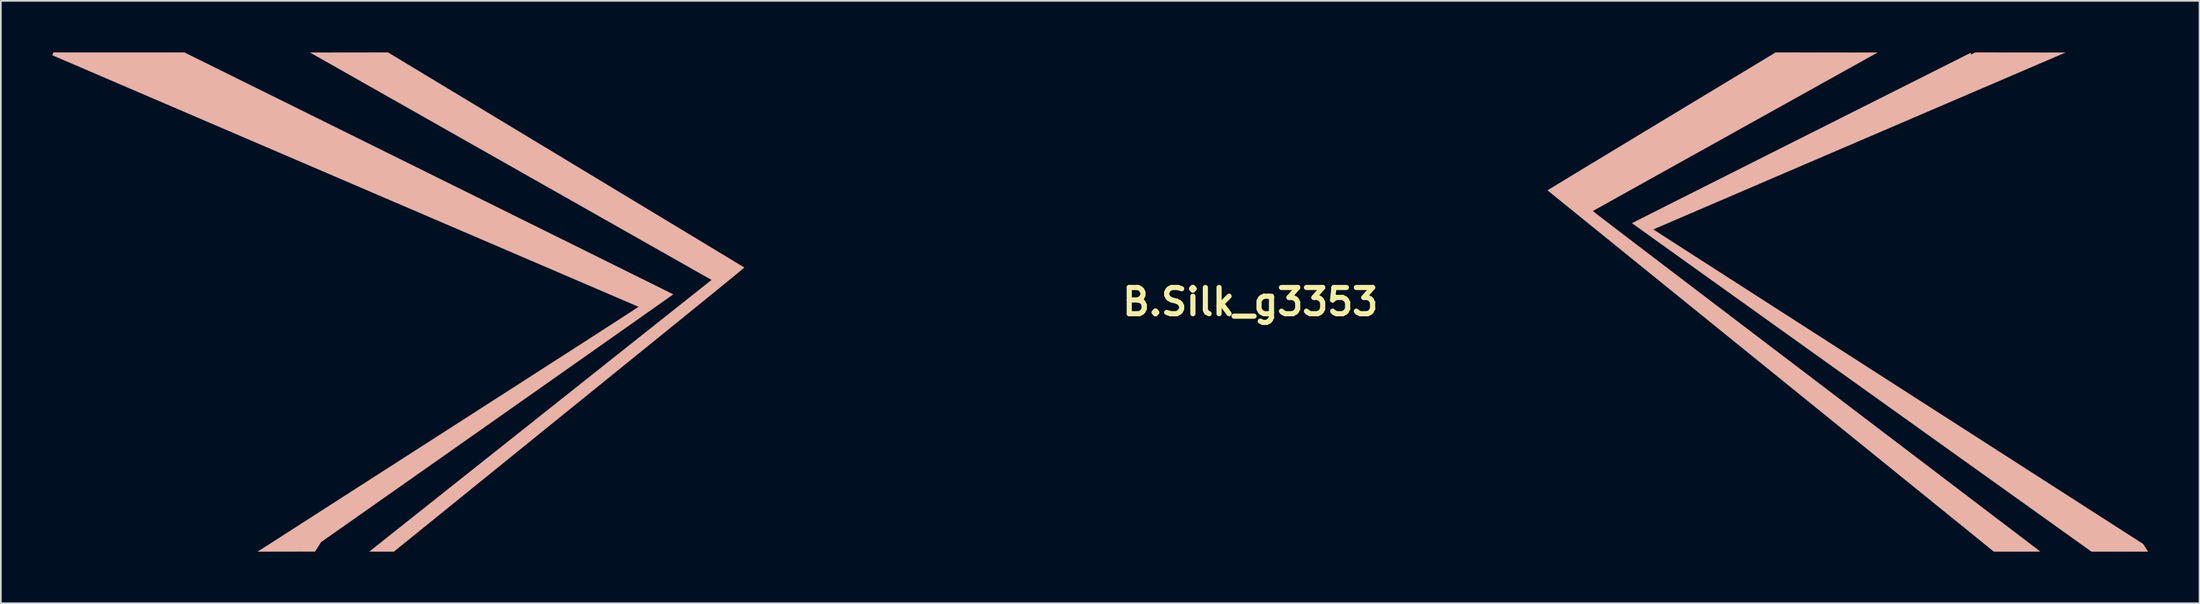
<source format=kicad_pcb>
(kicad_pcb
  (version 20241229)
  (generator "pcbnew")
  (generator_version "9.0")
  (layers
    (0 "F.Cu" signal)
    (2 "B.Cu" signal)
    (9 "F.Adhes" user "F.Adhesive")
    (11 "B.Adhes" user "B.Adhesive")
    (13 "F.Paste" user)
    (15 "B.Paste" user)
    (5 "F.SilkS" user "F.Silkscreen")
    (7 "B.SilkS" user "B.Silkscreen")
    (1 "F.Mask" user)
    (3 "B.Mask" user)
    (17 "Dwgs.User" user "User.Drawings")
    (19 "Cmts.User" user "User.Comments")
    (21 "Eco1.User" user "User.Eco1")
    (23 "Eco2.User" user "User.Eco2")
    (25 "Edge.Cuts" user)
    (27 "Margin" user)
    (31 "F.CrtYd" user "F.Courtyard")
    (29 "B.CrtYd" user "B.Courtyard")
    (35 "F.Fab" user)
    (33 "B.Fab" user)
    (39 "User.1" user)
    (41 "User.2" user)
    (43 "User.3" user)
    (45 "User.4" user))
  (footprint "B.Silk_g3353"
    (layer "F.Cu")
    (at 69.66 14.521)
    (property "Reference" "B.Silk_g3353" (at 0 0 0) (layer "F.SilkS") (effects (font (size 1.524 1.524) (thickness 0.3))))
    (attr through_hole)
    (fp_poly (pts (xy -39.803 -8.266) (xy -39.329 -7.979) (xy -38.861 -7.696) (xy -38.398 -7.417) (xy -37.941 -7.141) (xy -37.491 -6.869) (xy -37.048 -6.601) (xy -36.613 -6.338) (xy -36.186 -6.08) (xy -35.767 -5.827) (xy -35.358 -5.58) (xy -34.958 -5.338) (xy -34.568 -5.103) (xy -34.188 -4.873) (xy -33.82 -4.65) (xy -33.463 -4.435) (xy -33.117 -4.226) (xy -32.784 -4.025) (xy -32.464 -3.831) (xy -32.157 -3.646) (xy -31.864 -3.469) (xy -31.585 -3.3) (xy -31.321 -3.141) (xy -31.073 -2.99) (xy -30.839 -2.849) (xy -30.622 -2.718) (xy -30.422 -2.597) (xy -30.238 -2.486) (xy -30.073 -2.386) (xy -29.925 -2.296) (xy -29.796 -2.218) (xy -29.685 -2.152) (xy -29.594 -2.097) (xy -29.524 -2.054) (xy -29.473 -2.023) (xy -29.443 -2.005) (xy -29.435 -2) (xy -29.435 -1.998) (xy -29.439 -1.993) (xy -29.447 -1.985) (xy -29.459 -1.973) (xy -29.476 -1.958) (xy -29.498 -1.939) (xy -29.524 -1.916) (xy -29.557 -1.889) (xy -29.595 -1.856) (xy -29.64 -1.819) (xy -29.691 -1.776) (xy -29.749 -1.728) (xy -29.814 -1.674) (xy -29.887 -1.614) (xy -29.968 -1.547) (xy -30.058 -1.474) (xy -30.156 -1.393) (xy -30.263 -1.306) (xy -30.379 -1.211) (xy -30.505 -1.108) (xy -30.641 -0.997) (xy -30.788 -0.877) (xy -30.945 -0.749) (xy -31.113 -0.612) (xy -31.293 -0.466) (xy -31.484 -0.311) (xy -31.687 -0.145) (xy -31.903 0.03) (xy -32.132 0.215) (xy -32.374 0.412) (xy -32.629 0.619) (xy -32.897 0.837) (xy -33.18 1.067) (xy -33.478 1.308) (xy -33.79 1.561) (xy -34.118 1.827) (xy -34.46 2.105) (xy -34.819 2.395) (xy -35.194 2.699) (xy -35.585 3.017) (xy -35.994 3.347) (xy -36.419 3.692) (xy -36.862 4.051) (xy -37.323 4.425) (xy -37.802 4.813) (xy -38.299 5.216) (xy -38.816 5.635) (xy -39.352 6.069) (xy -39.611 6.278) (xy -49.809 14.541) (xy -50.515 14.541) (xy -50.646 14.541) (xy -50.769 14.541) (xy -50.881 14.54) (xy -50.981 14.539) (xy -51.066 14.538) (xy -51.134 14.536) (xy -51.183 14.535) (xy -51.21 14.533) (xy -51.215 14.532) (xy -51.204 14.524) (xy -51.175 14.5) (xy -51.126 14.461) (xy -51.059 14.407) (xy -50.973 14.339) (xy -50.87 14.257) (xy -50.749 14.161) (xy -50.612 14.052) (xy -50.458 13.929) (xy -50.288 13.794) (xy -50.102 13.646) (xy -49.901 13.486) (xy -49.685 13.314) (xy -49.454 13.131) (xy -49.21 12.937) (xy -48.952 12.732) (xy -48.681 12.516) (xy -48.397 12.29) (xy -48.101 12.055) (xy -47.793 11.81) (xy -47.474 11.556) (xy -47.143 11.294) (xy -46.802 11.023) (xy -46.451 10.743) (xy -46.09 10.456) (xy -45.719 10.162) (xy -45.34 9.861) (xy -44.952 9.552) (xy -44.556 9.238) (xy -44.153 8.917) (xy -43.742 8.591) (xy -43.324 8.259) (xy -42.9 7.922) (xy -42.47 7.58) (xy -42.034 7.234) (xy -41.594 6.884) (xy -41.266 6.623) (xy -31.323 -1.276) (xy -31.851 -1.575) (xy -31.886 -1.595) (xy -31.942 -1.627) (xy -32.019 -1.671) (xy -32.117 -1.726) (xy -32.235 -1.793) (xy -32.373 -1.871) (xy -32.53 -1.96) (xy -32.705 -2.06) (xy -32.899 -2.169) (xy -33.11 -2.289) (xy -33.339 -2.419) (xy -33.584 -2.558) (xy -33.845 -2.706) (xy -34.122 -2.863) (xy -34.414 -3.028) (xy -34.72 -3.202) (xy -35.041 -3.384) (xy -35.376 -3.573) (xy -35.723 -3.771) (xy -36.084 -3.975) (xy -36.456 -4.186) (xy -36.841 -4.404) (xy -37.236 -4.628) (xy -37.642 -4.858) (xy -38.058 -5.094) (xy -38.484 -5.336) (xy -38.92 -5.583) (xy -39.364 -5.834) (xy -39.816 -6.091) (xy -40.276 -6.351) (xy -40.743 -6.616) (xy -41.217 -6.885) (xy -41.697 -7.157) (xy -42.183 -7.432) (xy -42.674 -7.711) (xy -43.17 -7.992) (xy -43.523 -8.192) (xy -54.666 -14.51) (xy -52.407 -14.513) (xy -50.148 -14.516) (xy -39.803 -8.266)) (stroke (width 0.01) (type solid)) (fill yes) (layer "B.SilkS"))
    (fp_poly (pts (xy 44.777 -14.513) (xy 47.389 -14.51) (xy 35.41 -9.366) (xy 34.882 -9.139) (xy 34.359 -8.915) (xy 33.843 -8.693) (xy 33.333 -8.474) (xy 32.83 -8.258) (xy 32.335 -8.046) (xy 31.848 -7.836) (xy 31.37 -7.631) (xy 30.901 -7.429) (xy 30.441 -7.232) (xy 29.992 -7.039) (xy 29.553 -6.85) (xy 29.125 -6.666) (xy 28.708 -6.487) (xy 28.304 -6.313) (xy 27.912 -6.145) (xy 27.533 -5.982) (xy 27.167 -5.825) (xy 26.816 -5.673) (xy 26.479 -5.528) (xy 26.157 -5.39) (xy 25.85 -5.258) (xy 25.559 -5.133) (xy 25.285 -5.015) (xy 25.027 -4.904) (xy 24.787 -4.8) (xy 24.565 -4.705) (xy 24.361 -4.617) (xy 24.176 -4.537) (xy 24.01 -4.465) (xy 23.864 -4.402) (xy 23.739 -4.348) (xy 23.634 -4.303) (xy 23.55 -4.267) (xy 23.488 -4.24) (xy 23.449 -4.222) (xy 23.432 -4.215) (xy 23.432 -4.215) (xy 23.442 -4.207) (xy 23.474 -4.187) (xy 23.526 -4.153) (xy 23.598 -4.106) (xy 23.691 -4.047) (xy 23.802 -3.975) (xy 23.933 -3.89) (xy 24.082 -3.794) (xy 24.249 -3.686) (xy 24.435 -3.567) (xy 24.638 -3.436) (xy 24.857 -3.295) (xy 25.094 -3.143) (xy 25.347 -2.98) (xy 25.615 -2.807) (xy 25.899 -2.624) (xy 26.199 -2.432) (xy 26.513 -2.23) (xy 26.841 -2.019) (xy 27.183 -1.798) (xy 27.539 -1.57) (xy 27.908 -1.332) (xy 28.29 -1.087) (xy 28.684 -0.834) (xy 29.089 -0.573) (xy 29.507 -0.304) (xy 29.936 -0.028) (xy 30.375 0.254) (xy 30.825 0.543) (xy 31.285 0.839) (xy 31.755 1.141) (xy 32.234 1.449) (xy 32.721 1.762) (xy 33.217 2.081) (xy 33.721 2.405) (xy 34.233 2.734) (xy 34.752 3.067) (xy 35.278 3.405) (xy 35.81 3.748) (xy 36.349 4.094) (xy 36.893 4.443) (xy 37.443 4.796) (xy 37.679 4.948) (xy 51.927 14.103) (xy 52.033 14.274) (xy 52.072 14.337) (xy 52.109 14.396) (xy 52.14 14.446) (xy 52.163 14.482) (xy 52.169 14.493) (xy 52.198 14.541) (xy 48.924 14.541) (xy 35.565 4.987) (xy 35.04 4.611) (xy 34.52 4.239) (xy 34.005 3.871) (xy 33.496 3.506) (xy 32.993 3.147) (xy 32.496 2.791) (xy 32.007 2.441) (xy 31.525 2.096) (xy 31.05 1.756) (xy 30.583 1.423) (xy 30.125 1.095) (xy 29.676 0.773) (xy 29.236 0.458) (xy 28.806 0.15) (xy 28.385 -0.151) (xy 27.975 -0.444) (xy 27.576 -0.73) (xy 27.187 -1.008) (xy 26.811 -1.278) (xy 26.446 -1.539) (xy 26.093 -1.792) (xy 25.753 -2.035) (xy 25.426 -2.269) (xy 25.113 -2.494) (xy 24.814 -2.708) (xy 24.528 -2.913) (xy 24.257 -3.107) (xy 24.002 -3.29) (xy 23.761 -3.462) (xy 23.536 -3.623) (xy 23.328 -3.773) (xy 23.136 -3.911) (xy 22.961 -4.036) (xy 22.803 -4.15) (xy 22.663 -4.251) (xy 22.541 -4.338) (xy 22.437 -4.413) (xy 22.352 -4.474) (xy 22.286 -4.521) (xy 22.24 -4.555) (xy 22.214 -4.574) (xy 22.208 -4.579) (xy 22.219 -4.585) (xy 22.253 -4.603) (xy 22.309 -4.631) (xy 22.387 -4.671) (xy 22.486 -4.721) (xy 22.607 -4.782) (xy 22.748 -4.854) (xy 22.91 -4.936) (xy 23.093 -5.028) (xy 23.296 -5.131) (xy 23.518 -5.243) (xy 23.76 -5.365) (xy 24.021 -5.497) (xy 24.301 -5.638) (xy 24.6 -5.789) (xy 24.917 -5.949) (xy 25.253 -6.117) (xy 25.606 -6.295) (xy 25.976 -6.482) (xy 26.364 -6.677) (xy 26.768 -6.881) (xy 27.19 -7.093) (xy 27.627 -7.313) (xy 28.081 -7.542) (xy 28.55 -7.778) (xy 29.035 -8.022) (xy 29.535 -8.274) (xy 30.05 -8.533) (xy 30.579 -8.799) (xy 31.123 -9.073) (xy 31.681 -9.354) (xy 32.252 -9.641) (xy 32.837 -9.936) (xy 33.436 -10.236) (xy 34.047 -10.544) (xy 34.67 -10.858) (xy 35.306 -11.177) (xy 35.954 -11.503) (xy 36.613 -11.835) (xy 37.284 -12.172) (xy 37.966 -12.515) (xy 38.659 -12.864) (xy 39.363 -13.218) (xy 40.077 -13.577) (xy 40.141 -13.609) (xy 41.897 -14.492) (xy 41.905 -14.44) (xy 41.912 -14.409) (xy 41.918 -14.391) (xy 41.92 -14.389) (xy 41.933 -14.395) (xy 41.964 -14.41) (xy 42.007 -14.432) (xy 42.046 -14.453) (xy 42.165 -14.516) (xy 44.777 -14.513)) (stroke (width 0.01) (type solid)) (fill yes) (layer "B.SilkS"))
    (fp_poly (pts (xy 33.509 -14.513) (xy 36.463 -14.51) (xy 28.2 -9.907) (xy 27.773 -9.669) (xy 27.351 -9.434) (xy 26.935 -9.202) (xy 26.525 -8.973) (xy 26.122 -8.749) (xy 25.727 -8.529) (xy 25.341 -8.314) (xy 24.962 -8.103) (xy 24.594 -7.897) (xy 24.235 -7.697) (xy 23.886 -7.503) (xy 23.548 -7.315) (xy 23.222 -7.133) (xy 22.907 -6.957) (xy 22.605 -6.789) (xy 22.316 -6.628) (xy 22.041 -6.475) (xy 21.78 -6.329) (xy 21.534 -6.192) (xy 21.303 -6.063) (xy 21.088 -5.943) (xy 20.889 -5.832) (xy 20.707 -5.73) (xy 20.542 -5.639) (xy 20.395 -5.557) (xy 20.267 -5.485) (xy 20.158 -5.424) (xy 20.069 -5.374) (xy 20 -5.336) (xy 19.951 -5.309) (xy 19.924 -5.293) (xy 19.918 -5.29) (xy 19.92 -5.287) (xy 19.928 -5.28) (xy 19.941 -5.268) (xy 19.961 -5.251) (xy 19.988 -5.229) (xy 20.022 -5.203) (xy 20.063 -5.17) (xy 20.112 -5.132) (xy 20.169 -5.088) (xy 20.234 -5.037) (xy 20.307 -4.981) (xy 20.389 -4.917) (xy 20.48 -4.847) (xy 20.58 -4.77) (xy 20.69 -4.685) (xy 20.81 -4.593) (xy 20.941 -4.493) (xy 21.081 -4.385) (xy 21.233 -4.269) (xy 21.396 -4.145) (xy 21.57 -4.012) (xy 21.756 -3.87) (xy 21.953 -3.719) (xy 22.163 -3.558) (xy 22.386 -3.388) (xy 22.622 -3.209) (xy 22.87 -3.019) (xy 23.132 -2.819) (xy 23.408 -2.609) (xy 23.698 -2.388) (xy 24.002 -2.156) (xy 24.321 -1.913) (xy 24.655 -1.658) (xy 25.004 -1.393) (xy 25.369 -1.115) (xy 25.749 -0.825) (xy 26.146 -0.523) (xy 26.559 -0.209) (xy 26.988 0.118) (xy 27.435 0.458) (xy 27.899 0.811) (xy 28.38 1.178) (xy 28.879 1.558) (xy 29.397 1.951) (xy 29.933 2.359) (xy 30.488 2.781) (xy 31.061 3.218) (xy 31.654 3.669) (xy 32.267 4.135) (xy 32.9 4.617) (xy 32.9 4.617) (xy 33.413 5.007) (xy 33.921 5.394) (xy 34.423 5.776) (xy 34.92 6.154) (xy 35.411 6.528) (xy 35.896 6.896) (xy 36.373 7.26) (xy 36.844 7.618) (xy 37.308 7.971) (xy 37.763 8.317) (xy 38.21 8.657) (xy 38.649 8.991) (xy 39.078 9.318) (xy 39.498 9.637) (xy 39.909 9.95) (xy 40.309 10.254) (xy 40.699 10.551) (xy 41.078 10.839) (xy 41.445 11.119) (xy 41.801 11.39) (xy 42.145 11.651) (xy 42.477 11.904) (xy 42.796 12.146) (xy 43.101 12.379) (xy 43.393 12.601) (xy 43.671 12.813) (xy 43.935 13.013) (xy 44.185 13.203) (xy 44.419 13.381) (xy 44.637 13.548) (xy 44.84 13.702) (xy 45.027 13.844) (xy 45.197 13.974) (xy 45.35 14.09) (xy 45.486 14.194) (xy 45.605 14.284) (xy 45.705 14.36) (xy 45.787 14.422) (xy 45.849 14.47) (xy 45.893 14.503) (xy 45.917 14.521) (xy 45.922 14.525) (xy 45.921 14.528) (xy 45.908 14.53) (xy 45.884 14.532) (xy 45.846 14.534) (xy 45.795 14.535) (xy 45.727 14.537) (xy 45.643 14.538) (xy 45.542 14.539) (xy 45.421 14.54) (xy 45.28 14.54) (xy 45.118 14.541) (xy 44.934 14.541) (xy 44.726 14.541) (xy 44.595 14.541) (xy 43.248 14.541) (xy 30.276 4.031) (xy 29.77 3.621) (xy 29.269 3.215) (xy 28.773 2.813) (xy 28.282 2.416) (xy 27.798 2.023) (xy 27.319 1.635) (xy 26.847 1.253) (xy 26.382 0.876) (xy 25.924 0.505) (xy 25.474 0.141) (xy 25.032 -0.218) (xy 24.598 -0.569) (xy 24.173 -0.913) (xy 23.758 -1.25) (xy 23.351 -1.58) (xy 22.955 -1.901) (xy 22.568 -2.214) (xy 22.192 -2.519) (xy 21.828 -2.814) (xy 21.474 -3.101) (xy 21.132 -3.378) (xy 20.802 -3.645) (xy 20.485 -3.902) (xy 20.18 -4.149) (xy 19.889 -4.385) (xy 19.611 -4.611) (xy 19.347 -4.825) (xy 19.097 -5.027) (xy 18.861 -5.218) (xy 18.641 -5.397) (xy 18.436 -5.563) (xy 18.246 -5.717) (xy 18.175 -5.774) (xy 19.029 -5.774) (xy 19.031 -5.767) (xy 19.037 -5.766) (xy 19.048 -5.77) (xy 19.046 -5.774) (xy 19.031 -5.776) (xy 19.029 -5.774) (xy 18.175 -5.774) (xy 18.073 -5.857) (xy 17.916 -5.984) (xy 17.775 -6.098) (xy 17.652 -6.198) (xy 17.547 -6.283) (xy 17.459 -6.355) (xy 17.39 -6.411) (xy 17.339 -6.452) (xy 17.307 -6.478) (xy 17.294 -6.488) (xy 17.294 -6.489) (xy 17.304 -6.496) (xy 17.335 -6.515) (xy 17.387 -6.548) (xy 17.459 -6.592) (xy 17.551 -6.648) (xy 17.661 -6.715) (xy 17.789 -6.794) (xy 17.935 -6.883) (xy 18.098 -6.982) (xy 18.277 -7.091) (xy 18.473 -7.21) (xy 18.683 -7.337) (xy 18.909 -7.474) (xy 19.148 -7.619) (xy 19.401 -7.773) (xy 19.667 -7.934) (xy 19.945 -8.103) (xy 20.235 -8.278) (xy 20.536 -8.461) (xy 20.847 -8.649) (xy 21.169 -8.844) (xy 21.5 -9.044) (xy 21.84 -9.25) (xy 22.188 -9.46) (xy 22.544 -9.676) (xy 22.906 -9.895) (xy 23.275 -10.118) (xy 23.65 -10.345) (xy 23.919 -10.507) (xy 30.554 -14.516) (xy 33.509 -14.513)) (stroke (width 0.01) (type solid)) (fill yes) (layer "B.SilkS"))
    (fp_poly (pts (xy -47.781 -7.481) (xy -47.213 -7.199) (xy -46.65 -6.921) (xy -46.093 -6.645) (xy -45.542 -6.372) (xy -44.998 -6.103) (xy -44.461 -5.837) (xy -43.932 -5.575) (xy -43.411 -5.317) (xy -42.899 -5.063) (xy -42.395 -4.813) (xy -41.901 -4.568) (xy -41.416 -4.328) (xy -40.942 -4.093) (xy -40.479 -3.864) (xy -40.026 -3.639) (xy -39.585 -3.421) (xy -39.156 -3.208) (xy -38.74 -3.002) (xy -38.336 -2.802) (xy -37.945 -2.608) (xy -37.568 -2.421) (xy -37.206 -2.241) (xy -36.858 -2.069) (xy -36.524 -1.904) (xy -36.207 -1.746) (xy -35.905 -1.596) (xy -35.619 -1.454) (xy -35.35 -1.321) (xy -35.098 -1.196) (xy -34.864 -1.08) (xy -34.647 -0.972) (xy -34.45 -0.874) (xy -34.271 -0.785) (xy -34.111 -0.705) (xy -33.971 -0.636) (xy -33.851 -0.576) (xy -33.752 -0.527) (xy -33.674 -0.488) (xy -33.617 -0.459) (xy -33.582 -0.441) (xy -33.569 -0.435) (xy -33.569 -0.435) (xy -33.579 -0.427) (xy -33.61 -0.405) (xy -33.66 -0.369) (xy -33.73 -0.319) (xy -33.819 -0.256) (xy -33.926 -0.18) (xy -34.052 -0.091) (xy -34.195 0.01) (xy -34.355 0.124) (xy -34.533 0.249) (xy -34.726 0.386) (xy -34.936 0.533) (xy -35.16 0.692) (xy -35.4 0.862) (xy -35.655 1.041) (xy -35.924 1.231) (xy -36.206 1.43) (xy -36.502 1.638) (xy -36.81 1.856) (xy -37.131 2.082) (xy -37.463 2.316) (xy -37.807 2.559) (xy -38.163 2.809) (xy -38.528 3.067) (xy -38.904 3.331) (xy -39.29 3.603) (xy -39.685 3.881) (xy -40.089 4.165) (xy -40.501 4.456) (xy -40.921 4.751) (xy -41.348 5.052) (xy -41.783 5.358) (xy -42.224 5.669) (xy -42.672 5.984) (xy -43.125 6.303) (xy -43.583 6.625) (xy -43.805 6.782) (xy -54.045 13.987) (xy -54.217 14.261) (xy -54.389 14.535) (xy -56.052 14.538) (xy -57.715 14.541) (xy -57.612 14.475) (xy -57.596 14.465) (xy -57.56 14.442) (xy -57.504 14.405) (xy -57.427 14.356) (xy -57.331 14.294) (xy -57.216 14.22) (xy -57.082 14.134) (xy -56.93 14.036) (xy -56.76 13.927) (xy -56.572 13.807) (xy -56.368 13.676) (xy -56.148 13.534) (xy -55.912 13.382) (xy -55.66 13.22) (xy -55.393 13.049) (xy -55.111 12.868) (xy -54.816 12.678) (xy -54.506 12.479) (xy -54.184 12.272) (xy -53.848 12.057) (xy -53.501 11.833) (xy -53.141 11.602) (xy -52.77 11.364) (xy -52.388 11.118) (xy -51.996 10.866) (xy -51.593 10.607) (xy -51.181 10.343) (xy -50.76 10.072) (xy -50.33 9.795) (xy -49.891 9.514) (xy -49.445 9.227) (xy -48.992 8.936) (xy -48.531 8.64) (xy -48.064 8.34) (xy -47.591 8.036) (xy -47.113 7.729) (xy -46.629 7.418) (xy -46.529 7.353) (xy -45.886 6.94) (xy -45.264 6.54) (xy -44.663 6.154) (xy -44.083 5.781) (xy -43.524 5.422) (xy -42.985 5.076) (xy -42.467 4.743) (xy -41.969 4.422) (xy -41.491 4.115) (xy -41.033 3.82) (xy -40.595 3.538) (xy -40.176 3.269) (xy -39.777 3.012) (xy -39.397 2.767) (xy -39.036 2.535) (xy -38.693 2.314) (xy -38.37 2.106) (xy -38.065 1.91) (xy -37.779 1.725) (xy -37.511 1.552) (xy -37.261 1.391) (xy -37.029 1.241) (xy -36.815 1.102) (xy -36.618 0.975) (xy -36.439 0.859) (xy -36.277 0.754) (xy -36.132 0.66) (xy -36.004 0.577) (xy -35.893 0.504) (xy -35.798 0.443) (xy -35.72 0.391) (xy -35.658 0.351) (xy -35.613 0.32) (xy -35.583 0.3) (xy -35.569 0.289) (xy -35.568 0.288) (xy -35.58 0.283) (xy -35.615 0.267) (xy -35.673 0.243) (xy -35.753 0.208) (xy -35.855 0.165) (xy -35.977 0.112) (xy -36.121 0.05) (xy -36.285 -0.021) (xy -36.47 -0.1) (xy -36.673 -0.188) (xy -36.897 -0.283) (xy -37.139 -0.387) (xy -37.399 -0.499) (xy -37.677 -0.619) (xy -37.973 -0.746) (xy -38.287 -0.881) (xy -38.617 -1.023) (xy -38.963 -1.171) (xy -39.325 -1.327) (xy -39.703 -1.489) (xy -40.096 -1.658) (xy -40.504 -1.833) (xy -40.926 -2.015) (xy -41.362 -2.202) (xy -41.812 -2.395) (xy -42.275 -2.594) (xy -42.75 -2.798) (xy -43.238 -3.008) (xy -43.737 -3.222) (xy -44.248 -3.442) (xy -44.77 -3.666) (xy -45.303 -3.895) (xy -45.846 -4.128) (xy -46.398 -4.365) (xy -46.961 -4.607) (xy -47.532 -4.852) (xy -48.111 -5.101) (xy -48.699 -5.353) (xy -49.295 -5.609) (xy -49.898 -5.868) (xy -50.508 -6.13) (xy -51.125 -6.395) (xy -51.747 -6.663) (xy -52.376 -6.932) (xy -52.619 -7.037) (xy -53.249 -7.307) (xy -53.874 -7.576) (xy -54.493 -7.841) (xy -55.105 -8.104) (xy -55.711 -8.365) (xy -56.309 -8.622) (xy -56.9 -8.875) (xy -57.483 -9.126) (xy -58.057 -9.372) (xy -58.623 -9.615) (xy -59.179 -9.854) (xy -59.725 -10.089) (xy -60.262 -10.319) (xy -60.788 -10.545) (xy -61.303 -10.766) (xy -61.806 -10.982) (xy -62.298 -11.194) (xy -62.778 -11.4) (xy -63.245 -11.601) (xy -63.7 -11.796) (xy -64.141 -11.985) (xy -64.568 -12.169) (xy -64.981 -12.346) (xy -65.379 -12.517) (xy -65.762 -12.682) (xy -66.13 -12.84) (xy -66.483 -12.991) (xy -66.819 -13.136) (xy -67.138 -13.273) (xy -67.44 -13.403) (xy -67.725 -13.525) (xy -67.992 -13.64) (xy -68.241 -13.747) (xy -68.471 -13.846) (xy -68.682 -13.936) (xy -68.873 -14.019) (xy -69.045 -14.092) (xy -69.196 -14.157) (xy -69.326 -14.213) (xy -69.436 -14.26) (xy -69.523 -14.298) (xy -69.589 -14.327) (xy -69.633 -14.345) (xy -69.653 -14.354) (xy -69.655 -14.355) (xy -69.653 -14.368) (xy -69.644 -14.398) (xy -69.631 -14.438) (xy -69.602 -14.516) (xy -61.99 -14.516) (xy -47.781 -7.481)) (stroke (width 0.01) (type solid)) (fill yes) (layer "B.SilkS")))
  (gr_rect
    (start -3 -3)
    (end 124.864 32.068)
    (stroke (width 0.1) (type default))
    (fill no)
    (layer "Edge.Cuts")))
</source>
